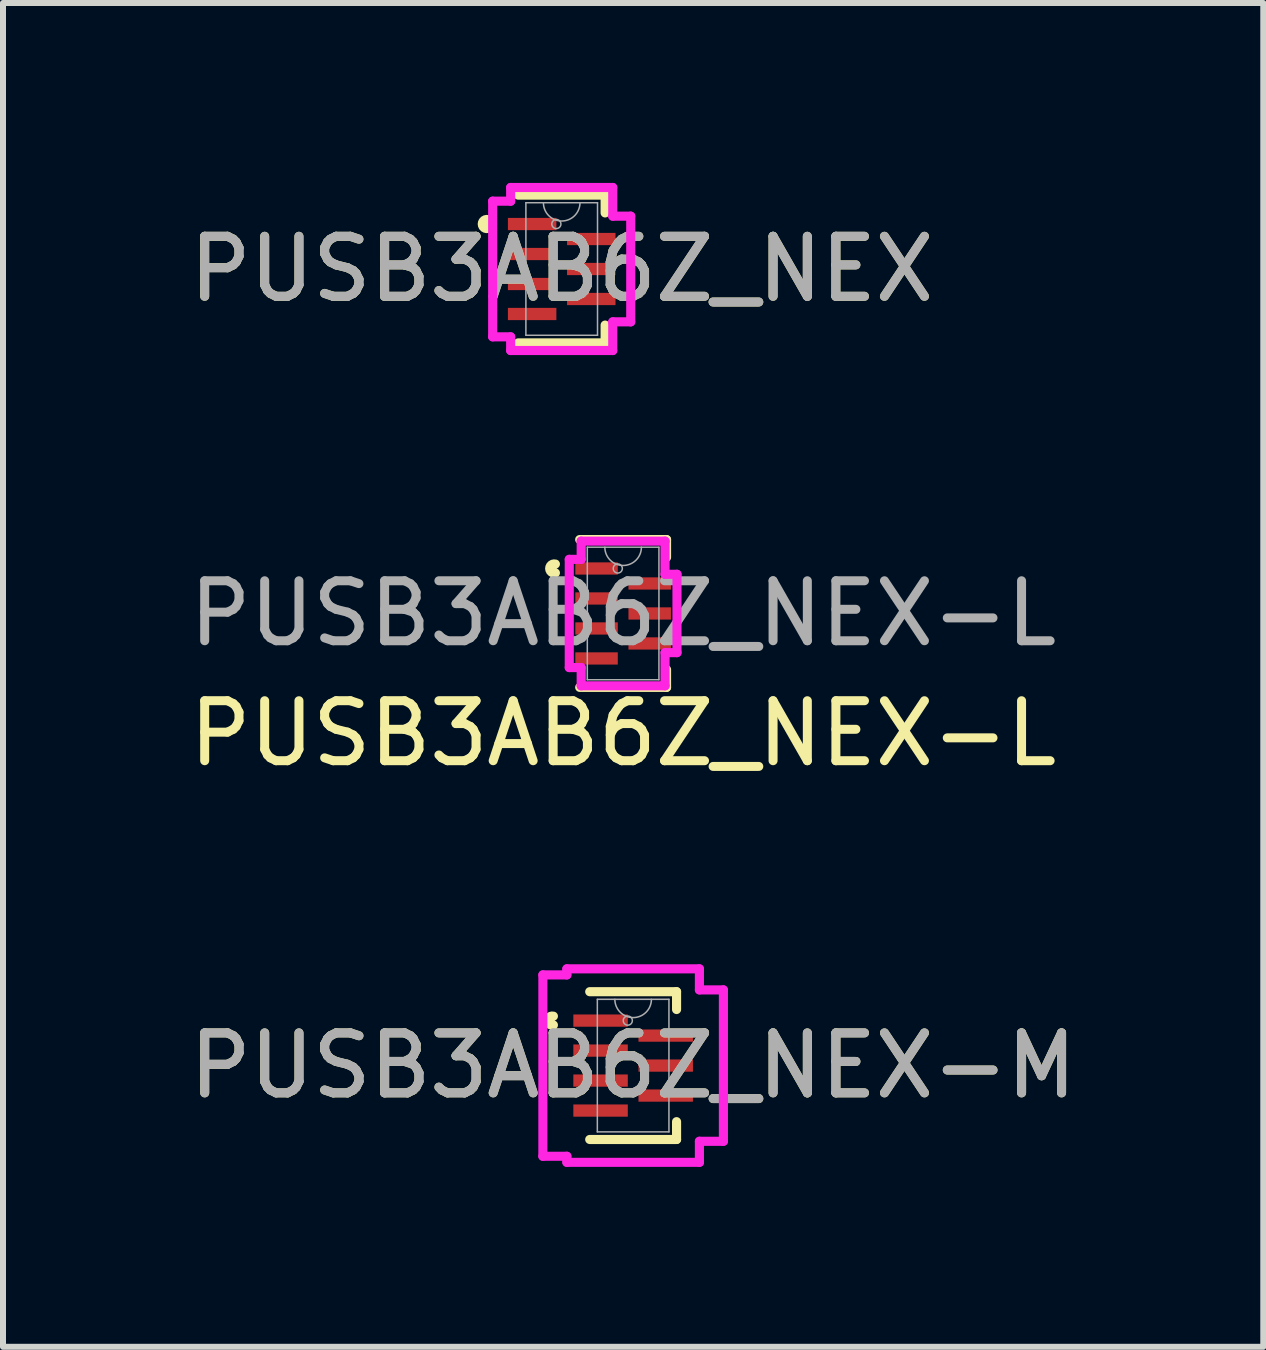
<source format=kicad_pcb>
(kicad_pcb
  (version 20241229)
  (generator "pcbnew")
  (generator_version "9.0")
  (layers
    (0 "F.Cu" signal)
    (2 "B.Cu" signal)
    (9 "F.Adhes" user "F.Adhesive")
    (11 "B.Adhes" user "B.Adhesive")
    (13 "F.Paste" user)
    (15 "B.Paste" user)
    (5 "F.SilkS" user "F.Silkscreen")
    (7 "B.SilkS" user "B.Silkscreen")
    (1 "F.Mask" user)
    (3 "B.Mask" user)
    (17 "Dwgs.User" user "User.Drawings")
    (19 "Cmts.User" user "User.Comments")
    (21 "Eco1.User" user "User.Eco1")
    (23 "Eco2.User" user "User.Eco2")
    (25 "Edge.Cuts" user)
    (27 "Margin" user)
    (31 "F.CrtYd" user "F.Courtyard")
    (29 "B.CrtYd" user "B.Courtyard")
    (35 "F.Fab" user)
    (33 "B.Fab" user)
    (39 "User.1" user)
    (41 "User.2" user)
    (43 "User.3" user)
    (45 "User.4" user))
  (footprint "PUSB3AB6Z_NEX-M"
    (layer "F.Cu")
    (at 7.506 14.716)
    (property "Reference" "PUSB3AB6Z_NEX-M" (at 0 0 0) (unlocked yes) (layer "F.SilkS") (effects (font (size 1 1) (thickness 0.15))))
    (attr smd)
    (fp_line (start -0.724 1.232) (end 0.724 1.232) (stroke (width 0.152) (type solid)) (layer "F.SilkS"))
    (fp_line (start 0.724 -1.232) (end -0.724 -1.232) (stroke (width 0.152) (type solid)) (layer "F.SilkS"))
    (fp_line (start 0.724 -0.935) (end 0.724 -1.232) (stroke (width 0.152) (type solid)) (layer "F.SilkS"))
    (fp_line (start 0.724 1.232) (end 0.724 0.935) (stroke (width 0.152) (type solid)) (layer "F.SilkS"))
    (fp_arc (start -1.329639 -0.676171) (mid -1.424699 -0.75) (end -1.329639 -0.823829) (stroke (width 0.1524) (type solid)) (layer "F.SilkS"))
    (fp_line (start -1.505 -1.512) (end -1.105 -1.512) (stroke (width 0.152) (type solid)) (layer "F.CrtYd"))
    (fp_line (start -1.505 1.512) (end -1.505 -1.512) (stroke (width 0.152) (type solid)) (layer "F.CrtYd"))
    (fp_line (start -1.105 -1.613) (end 1.105 -1.613) (stroke (width 0.152) (type solid)) (layer "F.CrtYd"))
    (fp_line (start -1.105 -1.512) (end -1.105 -1.613) (stroke (width 0.152) (type solid)) (layer "F.CrtYd"))
    (fp_line (start -1.105 1.512) (end -1.505 1.512) (stroke (width 0.152) (type solid)) (layer "F.CrtYd"))
    (fp_line (start -1.105 1.613) (end -1.105 1.512) (stroke (width 0.152) (type solid)) (layer "F.CrtYd"))
    (fp_line (start 1.105 -1.613) (end 1.105 -1.262) (stroke (width 0.152) (type solid)) (layer "F.CrtYd"))
    (fp_line (start 1.105 -1.262) (end 1.505 -1.262) (stroke (width 0.152) (type solid)) (layer "F.CrtYd"))
    (fp_line (start 1.105 1.262) (end 1.105 1.613) (stroke (width 0.152) (type solid)) (layer "F.CrtYd"))
    (fp_line (start 1.105 1.613) (end -1.105 1.613) (stroke (width 0.152) (type solid)) (layer "F.CrtYd"))
    (fp_line (start 1.505 -1.262) (end 1.505 1.262) (stroke (width 0.152) (type solid)) (layer "F.CrtYd"))
    (fp_line (start 1.505 1.262) (end 1.105 1.262) (stroke (width 0.152) (type solid)) (layer "F.CrtYd"))
    (fp_line (start -0.597 -1.105) (end -0.597 1.105) (stroke (width 0.025) (type solid)) (layer "F.Fab"))
    (fp_line (start -0.597 1.105) (end 0.597 1.105) (stroke (width 0.025) (type solid)) (layer "F.Fab"))
    (fp_line (start 0.597 -1.105) (end -0.597 -1.105) (stroke (width 0.025) (type solid)) (layer "F.Fab"))
    (fp_line (start 0.597 1.105) (end 0.597 -1.105) (stroke (width 0.025) (type solid)) (layer "F.Fab"))
    (fp_arc (start 0.3048 -1.1049) (mid 0 -0.8001) (end -0.3048 -1.1049) (stroke (width 0.0254) (type solid)) (layer "F.Fab"))
    (fp_circle (center -0.089 -0.75) (end -0.013 -0.75) (stroke (width 0.025) (type solid)) (fill no) (layer "F.Fab"))
    (fp_text user "${REFERENCE}" (at 0 0 0) (unlocked yes) (layer "F.Fab") (effects (font (size 1 1) (thickness 0.15))))
    (pad "1" smd rect (at -0.543 -0.75) (size 0.908 0.204) (layers "F.Cu" "F.Mask" "F.Paste"))
    (pad "2" smd rect (at -0.543 -0.25) (size 0.908 0.204) (layers "F.Cu" "F.Mask" "F.Paste"))
    (pad "3" smd rect (at -0.543 0.25) (size 0.908 0.204) (layers "F.Cu" "F.Mask" "F.Paste"))
    (pad "4" smd rect (at -0.543 0.75) (size 0.908 0.204) (layers "F.Cu" "F.Mask" "F.Paste"))
    (pad "5" smd rect (at 0.543 0.5) (size 0.908 0.204) (layers "F.Cu" "F.Mask" "F.Paste"))
    (pad "6" smd rect (at 0.543 0) (size 0.908 0.204) (layers "F.Cu" "F.Mask" "F.Paste"))
    (pad "7" smd rect (at 0.543 -0.5) (size 0.908 0.204) (layers "F.Cu" "F.Mask" "F.Paste")))
  (footprint "PUSB3AB6Z_NEX-L"
    (layer "F.Cu")
    (at 7.339 7.178)
    (property "Reference" "PUSB3AB6Z_NEX-L" (at 0 2 0) (unlocked yes) (layer "F.SilkS") (effects (font (size 1 1) (thickness 0.15))))
    (attr smd)
    (fp_line (start -0.724 1.232) (end 0.724 1.232) (stroke (width 0.152) (type solid)) (layer "F.SilkS"))
    (fp_line (start 0.724 -1.232) (end -0.724 -1.232) (stroke (width 0.152) (type solid)) (layer "F.SilkS"))
    (fp_line (start 0.724 -0.935) (end 0.724 -1.232) (stroke (width 0.152) (type solid)) (layer "F.SilkS"))
    (fp_line (start 0.724 1.232) (end 0.724 0.935) (stroke (width 0.152) (type solid)) (layer "F.SilkS"))
    (fp_arc (start -1.12964 -0.676171) (mid -1.2247 -0.75) (end -1.12964 -0.823829) (stroke (width 0.1524) (type solid)) (layer "F.SilkS"))
    (fp_line (start -0.898 -0.902) (end -0.699 -0.902) (stroke (width 0.152) (type solid)) (layer "F.CrtYd"))
    (fp_line (start -0.898 0.902) (end -0.898 -0.902) (stroke (width 0.152) (type solid)) (layer "F.CrtYd"))
    (fp_line (start -0.699 -1.206) (end 0.699 -1.206) (stroke (width 0.152) (type solid)) (layer "F.CrtYd"))
    (fp_line (start -0.699 -0.902) (end -0.699 -1.206) (stroke (width 0.152) (type solid)) (layer "F.CrtYd"))
    (fp_line (start -0.699 0.902) (end -0.898 0.902) (stroke (width 0.152) (type solid)) (layer "F.CrtYd"))
    (fp_line (start -0.699 1.206) (end -0.699 0.902) (stroke (width 0.152) (type solid)) (layer "F.CrtYd"))
    (fp_line (start 0.699 -1.206) (end 0.699 -0.653) (stroke (width 0.152) (type solid)) (layer "F.CrtYd"))
    (fp_line (start 0.699 -0.653) (end 0.898 -0.653) (stroke (width 0.152) (type solid)) (layer "F.CrtYd"))
    (fp_line (start 0.699 0.653) (end 0.699 1.206) (stroke (width 0.152) (type solid)) (layer "F.CrtYd"))
    (fp_line (start 0.699 1.206) (end -0.699 1.206) (stroke (width 0.152) (type solid)) (layer "F.CrtYd"))
    (fp_line (start 0.898 -0.653) (end 0.898 0.653) (stroke (width 0.152) (type solid)) (layer "F.CrtYd"))
    (fp_line (start 0.898 0.653) (end 0.699 0.653) (stroke (width 0.152) (type solid)) (layer "F.CrtYd"))
    (fp_line (start -0.597 -1.105) (end -0.597 1.105) (stroke (width 0.025) (type solid)) (layer "F.Fab"))
    (fp_line (start -0.597 1.105) (end 0.597 1.105) (stroke (width 0.025) (type solid)) (layer "F.Fab"))
    (fp_line (start 0.597 -1.105) (end -0.597 -1.105) (stroke (width 0.025) (type solid)) (layer "F.Fab"))
    (fp_line (start 0.597 1.105) (end 0.597 -1.105) (stroke (width 0.025) (type solid)) (layer "F.Fab"))
    (fp_arc (start 0.3048 -1.1049) (mid 0 -0.8001) (end -0.3048 -1.1049) (stroke (width 0.0254) (type solid)) (layer "F.Fab"))
    (fp_circle (center -0.089 -0.75) (end -0.013 -0.75) (stroke (width 0.025) (type solid)) (fill no) (layer "F.Fab"))
    (fp_text user "${REFERENCE}" (at 0 0 0) (unlocked yes) (layer "F.Fab") (effects (font (size 1 1) (thickness 0.15))))
    (pad "1" smd rect (at -0.443 -0.75) (size 0.708 0.204) (layers "F.Cu" "F.Mask" "F.Paste"))
    (pad "2" smd rect (at -0.443 -0.25) (size 0.708 0.204) (layers "F.Cu" "F.Mask" "F.Paste"))
    (pad "3" smd rect (at -0.443 0.25) (size 0.708 0.204) (layers "F.Cu" "F.Mask" "F.Paste"))
    (pad "4" smd rect (at -0.443 0.75) (size 0.708 0.204) (layers "F.Cu" "F.Mask" "F.Paste"))
    (pad "5" smd rect (at 0.443 0.5) (size 0.708 0.204) (layers "F.Cu" "F.Mask" "F.Paste"))
    (pad "6" smd rect (at 0.443 0) (size 0.708 0.204) (layers "F.Cu" "F.Mask" "F.Paste"))
    (pad "7" smd rect (at 0.443 -0.5) (size 0.708 0.204) (layers "F.Cu" "F.Mask" "F.Paste")))
  (footprint "PUSB3AB6Z_NEX"
    (layer "F.Cu")
    (at 6.315 1.435)
    (property "Reference" "PUSB3AB6Z_NEX" (at 0 0 0) (unlocked yes) (layer "F.SilkS") (effects (font (size 1 1) (thickness 0.15))))
    (attr smd)
    (fp_line (start -0.724 1.232) (end 0.724 1.232) (stroke (width 0.152) (type solid)) (layer "F.SilkS"))
    (fp_line (start 0.724 -1.232) (end -0.724 -1.232) (stroke (width 0.152) (type solid)) (layer "F.SilkS"))
    (fp_line (start 0.724 -0.935) (end 0.724 -1.232) (stroke (width 0.152) (type solid)) (layer "F.SilkS"))
    (fp_line (start 0.724 1.232) (end 0.724 0.935) (stroke (width 0.152) (type solid)) (layer "F.SilkS"))
    (fp_arc (start -1.229639 -0.676171) (mid -1.324699 -0.75) (end -1.229639 -0.823829) (stroke (width 0.1524) (type solid)) (layer "F.SilkS"))
    (fp_line (start -1.151 -1.131) (end -0.851 -1.131) (stroke (width 0.152) (type solid)) (layer "F.CrtYd"))
    (fp_line (start -1.151 1.131) (end -1.151 -1.131) (stroke (width 0.152) (type solid)) (layer "F.CrtYd"))
    (fp_line (start -0.851 -1.359) (end 0.851 -1.359) (stroke (width 0.152) (type solid)) (layer "F.CrtYd"))
    (fp_line (start -0.851 -1.131) (end -0.851 -1.359) (stroke (width 0.152) (type solid)) (layer "F.CrtYd"))
    (fp_line (start -0.851 1.131) (end -1.151 1.131) (stroke (width 0.152) (type solid)) (layer "F.CrtYd"))
    (fp_line (start -0.851 1.359) (end -0.851 1.131) (stroke (width 0.152) (type solid)) (layer "F.CrtYd"))
    (fp_line (start 0.851 -1.359) (end 0.851 -0.881) (stroke (width 0.152) (type solid)) (layer "F.CrtYd"))
    (fp_line (start 0.851 -0.881) (end 1.151 -0.881) (stroke (width 0.152) (type solid)) (layer "F.CrtYd"))
    (fp_line (start 0.851 0.881) (end 0.851 1.359) (stroke (width 0.152) (type solid)) (layer "F.CrtYd"))
    (fp_line (start 0.851 1.359) (end -0.851 1.359) (stroke (width 0.152) (type solid)) (layer "F.CrtYd"))
    (fp_line (start 1.151 -0.881) (end 1.151 0.881) (stroke (width 0.152) (type solid)) (layer "F.CrtYd"))
    (fp_line (start 1.151 0.881) (end 0.851 0.881) (stroke (width 0.152) (type solid)) (layer "F.CrtYd"))
    (fp_line (start -0.597 -1.105) (end -0.597 1.105) (stroke (width 0.025) (type solid)) (layer "F.Fab"))
    (fp_line (start -0.597 1.105) (end 0.597 1.105) (stroke (width 0.025) (type solid)) (layer "F.Fab"))
    (fp_line (start 0.597 -1.105) (end -0.597 -1.105) (stroke (width 0.025) (type solid)) (layer "F.Fab"))
    (fp_line (start 0.597 1.105) (end 0.597 -1.105) (stroke (width 0.025) (type solid)) (layer "F.Fab"))
    (fp_arc (start 0.3048 -1.1049) (mid 0 -0.8001) (end -0.3048 -1.1049) (stroke (width 0.0254) (type solid)) (layer "F.Fab"))
    (fp_circle (center -0.089 -0.75) (end -0.013 -0.75) (stroke (width 0.025) (type solid)) (fill no) (layer "F.Fab"))
    (fp_text user "${REFERENCE}" (at 0 0 0) (unlocked yes) (layer "F.Fab") (effects (font (size 1 1) (thickness 0.15))))
    (pad "1" smd rect (at -0.493 -0.75) (size 0.808 0.204) (layers "F.Cu" "F.Mask" "F.Paste"))
    (pad "2" smd rect (at -0.493 -0.25) (size 0.808 0.204) (layers "F.Cu" "F.Mask" "F.Paste"))
    (pad "3" smd rect (at -0.493 0.25) (size 0.808 0.204) (layers "F.Cu" "F.Mask" "F.Paste"))
    (pad "4" smd rect (at -0.493 0.75) (size 0.808 0.204) (layers "F.Cu" "F.Mask" "F.Paste"))
    (pad "5" smd rect (at 0.493 0.5) (size 0.808 0.204) (layers "F.Cu" "F.Mask" "F.Paste"))
    (pad "6" smd rect (at 0.493 0) (size 0.808 0.204) (layers "F.Cu" "F.Mask" "F.Paste"))
    (pad "7" smd rect (at 0.493 -0.5) (size 0.808 0.204) (layers "F.Cu" "F.Mask" "F.Paste")))
  (gr_rect
    (start -3 -3)
    (end 18.012 19.405)
    (stroke (width 0.1) (type default))
    (fill no)
    (layer "Edge.Cuts")))
</source>
